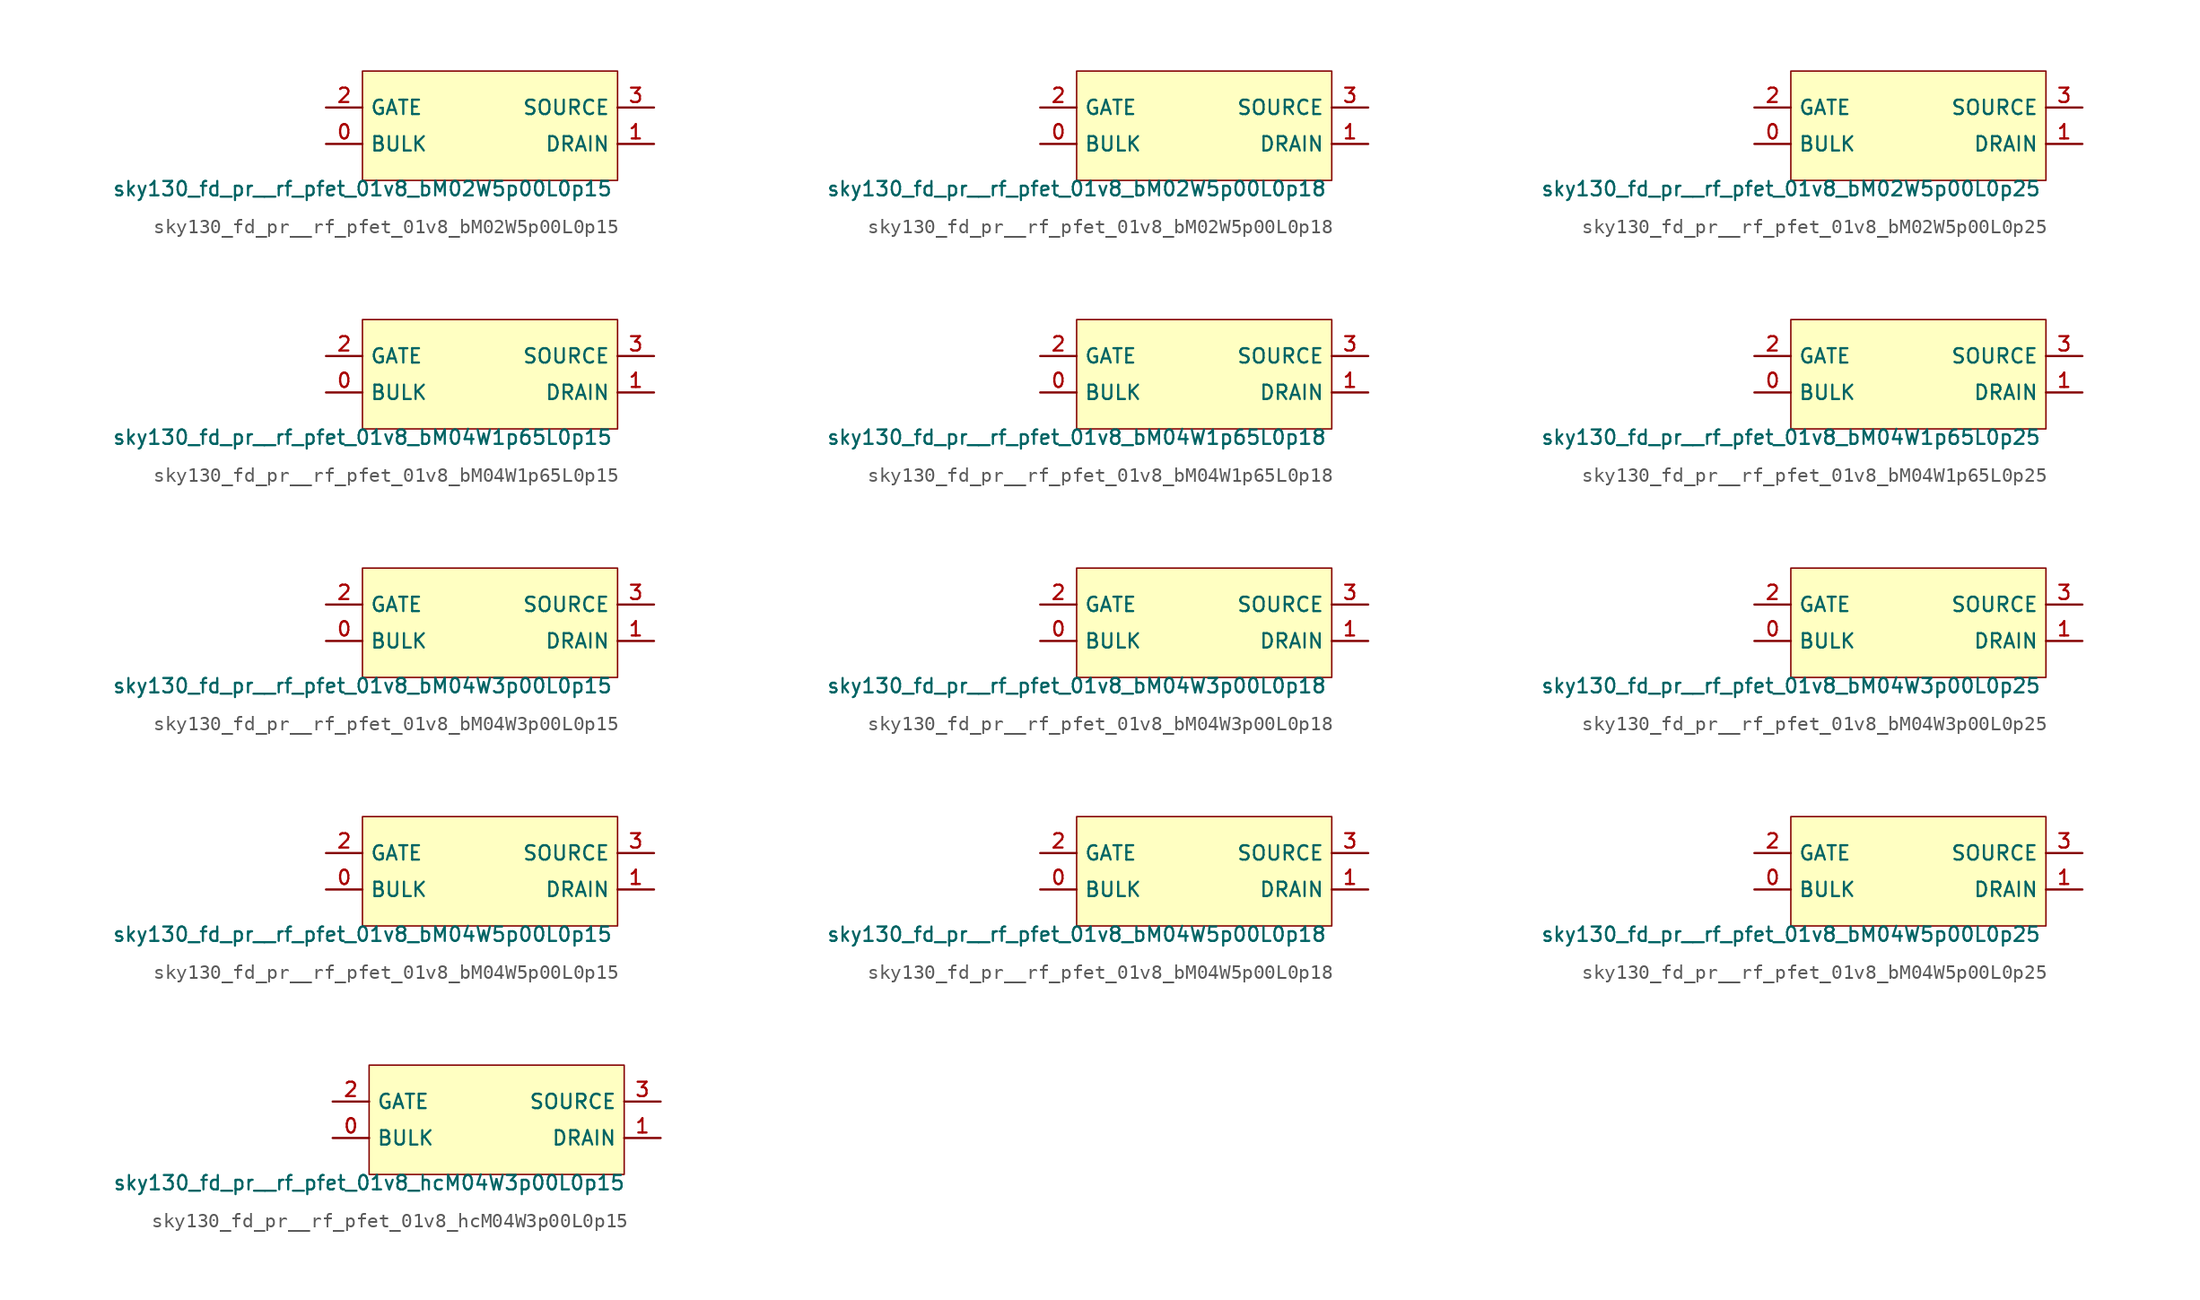
<source format=kicad_sym>
(kicad_symbol_lib
  (version 20211014)
  (generator lef2kicad_sym)
  (symbol "sky130_fd_pr__rf_pfet_01v8_bM02W5p00L0p15"
    (property "Reference" "X"
      (at 0 0 0)
      (effects (font (size 1 1)) hide))
    (property "Value" "sky130_fd_pr__rf_pfet_01v8_bM02W5p00L0p15"
      (at -8.89 -3.81 0)
      (effects (font (size 1 1)) (justify top)))
    (rectangle
      (start -8.89 -3.81)
      (end 8.89 3.81)
      (stroke (width 0.1) (type solid) (color 0 0 0 0))
      (fill (type background)))
    (pin bidirectional line
      (at -11.43 -1.27 0)
      (length 2.54)
      (name "BULK" (effects (font (size 1 1)) hide))
      (number "0" (effects (font (size 1 1)) hide)))
    (pin bidirectional line
      (at 11.43 -1.27 180)
      (length 2.54)
      (name "DRAIN" (effects (font (size 1 1)) hide))
      (number "1" (effects (font (size 1 1)) hide)))
    (pin bidirectional line
      (at -11.43 1.27 0)
      (length 2.54)
      (name "GATE" (effects (font (size 1 1)) hide))
      (number "2" (effects (font (size 1 1)) hide)))
    (pin bidirectional line
      (at 11.43 1.27 180)
      (length 2.54)
      (name "SOURCE" (effects (font (size 1 1)) hide))
      (number "3" (effects (font (size 1 1)) hide))))
  (symbol "sky130_fd_pr__rf_pfet_01v8_bM02W5p00L0p18"
    (property "Reference" "X"
      (at 0 0 0)
      (effects (font (size 1 1)) hide))
    (property "Value" "sky130_fd_pr__rf_pfet_01v8_bM02W5p00L0p18"
      (at -8.89 -3.81 0)
      (effects (font (size 1 1)) (justify top)))
    (rectangle
      (start -8.89 -3.81)
      (end 8.89 3.81)
      (stroke (width 0.1) (type solid) (color 0 0 0 0))
      (fill (type background)))
    (pin bidirectional line
      (at -11.43 -1.27 0)
      (length 2.54)
      (name "BULK" (effects (font (size 1 1)) hide))
      (number "0" (effects (font (size 1 1)) hide)))
    (pin bidirectional line
      (at 11.43 -1.27 180)
      (length 2.54)
      (name "DRAIN" (effects (font (size 1 1)) hide))
      (number "1" (effects (font (size 1 1)) hide)))
    (pin bidirectional line
      (at -11.43 1.27 0)
      (length 2.54)
      (name "GATE" (effects (font (size 1 1)) hide))
      (number "2" (effects (font (size 1 1)) hide)))
    (pin bidirectional line
      (at 11.43 1.27 180)
      (length 2.54)
      (name "SOURCE" (effects (font (size 1 1)) hide))
      (number "3" (effects (font (size 1 1)) hide))))
  (symbol "sky130_fd_pr__rf_pfet_01v8_bM02W5p00L0p25"
    (property "Reference" "X"
      (at 0 0 0)
      (effects (font (size 1 1)) hide))
    (property "Value" "sky130_fd_pr__rf_pfet_01v8_bM02W5p00L0p25"
      (at -8.89 -3.81 0)
      (effects (font (size 1 1)) (justify top)))
    (rectangle
      (start -8.89 -3.81)
      (end 8.89 3.81)
      (stroke (width 0.1) (type solid) (color 0 0 0 0))
      (fill (type background)))
    (pin bidirectional line
      (at -11.43 -1.27 0)
      (length 2.54)
      (name "BULK" (effects (font (size 1 1)) hide))
      (number "0" (effects (font (size 1 1)) hide)))
    (pin bidirectional line
      (at 11.43 -1.27 180)
      (length 2.54)
      (name "DRAIN" (effects (font (size 1 1)) hide))
      (number "1" (effects (font (size 1 1)) hide)))
    (pin bidirectional line
      (at -11.43 1.27 0)
      (length 2.54)
      (name "GATE" (effects (font (size 1 1)) hide))
      (number "2" (effects (font (size 1 1)) hide)))
    (pin bidirectional line
      (at 11.43 1.27 180)
      (length 2.54)
      (name "SOURCE" (effects (font (size 1 1)) hide))
      (number "3" (effects (font (size 1 1)) hide))))
  (symbol "sky130_fd_pr__rf_pfet_01v8_bM04W1p65L0p15"
    (property "Reference" "X"
      (at 0 0 0)
      (effects (font (size 1 1)) hide))
    (property "Value" "sky130_fd_pr__rf_pfet_01v8_bM04W1p65L0p15"
      (at -8.89 -3.81 0)
      (effects (font (size 1 1)) (justify top)))
    (rectangle
      (start -8.89 -3.81)
      (end 8.89 3.81)
      (stroke (width 0.1) (type solid) (color 0 0 0 0))
      (fill (type background)))
    (pin bidirectional line
      (at -11.43 -1.27 0)
      (length 2.54)
      (name "BULK" (effects (font (size 1 1)) hide))
      (number "0" (effects (font (size 1 1)) hide)))
    (pin bidirectional line
      (at 11.43 -1.27 180)
      (length 2.54)
      (name "DRAIN" (effects (font (size 1 1)) hide))
      (number "1" (effects (font (size 1 1)) hide)))
    (pin bidirectional line
      (at -11.43 1.27 0)
      (length 2.54)
      (name "GATE" (effects (font (size 1 1)) hide))
      (number "2" (effects (font (size 1 1)) hide)))
    (pin bidirectional line
      (at 11.43 1.27 180)
      (length 2.54)
      (name "SOURCE" (effects (font (size 1 1)) hide))
      (number "3" (effects (font (size 1 1)) hide))))
  (symbol "sky130_fd_pr__rf_pfet_01v8_bM04W1p65L0p18"
    (property "Reference" "X"
      (at 0 0 0)
      (effects (font (size 1 1)) hide))
    (property "Value" "sky130_fd_pr__rf_pfet_01v8_bM04W1p65L0p18"
      (at -8.89 -3.81 0)
      (effects (font (size 1 1)) (justify top)))
    (rectangle
      (start -8.89 -3.81)
      (end 8.89 3.81)
      (stroke (width 0.1) (type solid) (color 0 0 0 0))
      (fill (type background)))
    (pin bidirectional line
      (at -11.43 -1.27 0)
      (length 2.54)
      (name "BULK" (effects (font (size 1 1)) hide))
      (number "0" (effects (font (size 1 1)) hide)))
    (pin bidirectional line
      (at 11.43 -1.27 180)
      (length 2.54)
      (name "DRAIN" (effects (font (size 1 1)) hide))
      (number "1" (effects (font (size 1 1)) hide)))
    (pin bidirectional line
      (at -11.43 1.27 0)
      (length 2.54)
      (name "GATE" (effects (font (size 1 1)) hide))
      (number "2" (effects (font (size 1 1)) hide)))
    (pin bidirectional line
      (at 11.43 1.27 180)
      (length 2.54)
      (name "SOURCE" (effects (font (size 1 1)) hide))
      (number "3" (effects (font (size 1 1)) hide))))
  (symbol "sky130_fd_pr__rf_pfet_01v8_bM04W1p65L0p25"
    (property "Reference" "X"
      (at 0 0 0)
      (effects (font (size 1 1)) hide))
    (property "Value" "sky130_fd_pr__rf_pfet_01v8_bM04W1p65L0p25"
      (at -8.89 -3.81 0)
      (effects (font (size 1 1)) (justify top)))
    (rectangle
      (start -8.89 -3.81)
      (end 8.89 3.81)
      (stroke (width 0.1) (type solid) (color 0 0 0 0))
      (fill (type background)))
    (pin bidirectional line
      (at -11.43 -1.27 0)
      (length 2.54)
      (name "BULK" (effects (font (size 1 1)) hide))
      (number "0" (effects (font (size 1 1)) hide)))
    (pin bidirectional line
      (at 11.43 -1.27 180)
      (length 2.54)
      (name "DRAIN" (effects (font (size 1 1)) hide))
      (number "1" (effects (font (size 1 1)) hide)))
    (pin bidirectional line
      (at -11.43 1.27 0)
      (length 2.54)
      (name "GATE" (effects (font (size 1 1)) hide))
      (number "2" (effects (font (size 1 1)) hide)))
    (pin bidirectional line
      (at 11.43 1.27 180)
      (length 2.54)
      (name "SOURCE" (effects (font (size 1 1)) hide))
      (number "3" (effects (font (size 1 1)) hide))))
  (symbol "sky130_fd_pr__rf_pfet_01v8_bM04W3p00L0p15"
    (property "Reference" "X"
      (at 0 0 0)
      (effects (font (size 1 1)) hide))
    (property "Value" "sky130_fd_pr__rf_pfet_01v8_bM04W3p00L0p15"
      (at -8.89 -3.81 0)
      (effects (font (size 1 1)) (justify top)))
    (rectangle
      (start -8.89 -3.81)
      (end 8.89 3.81)
      (stroke (width 0.1) (type solid) (color 0 0 0 0))
      (fill (type background)))
    (pin bidirectional line
      (at -11.43 -1.27 0)
      (length 2.54)
      (name "BULK" (effects (font (size 1 1)) hide))
      (number "0" (effects (font (size 1 1)) hide)))
    (pin bidirectional line
      (at 11.43 -1.27 180)
      (length 2.54)
      (name "DRAIN" (effects (font (size 1 1)) hide))
      (number "1" (effects (font (size 1 1)) hide)))
    (pin bidirectional line
      (at -11.43 1.27 0)
      (length 2.54)
      (name "GATE" (effects (font (size 1 1)) hide))
      (number "2" (effects (font (size 1 1)) hide)))
    (pin bidirectional line
      (at 11.43 1.27 180)
      (length 2.54)
      (name "SOURCE" (effects (font (size 1 1)) hide))
      (number "3" (effects (font (size 1 1)) hide))))
  (symbol "sky130_fd_pr__rf_pfet_01v8_bM04W3p00L0p18"
    (property "Reference" "X"
      (at 0 0 0)
      (effects (font (size 1 1)) hide))
    (property "Value" "sky130_fd_pr__rf_pfet_01v8_bM04W3p00L0p18"
      (at -8.89 -3.81 0)
      (effects (font (size 1 1)) (justify top)))
    (rectangle
      (start -8.89 -3.81)
      (end 8.89 3.81)
      (stroke (width 0.1) (type solid) (color 0 0 0 0))
      (fill (type background)))
    (pin bidirectional line
      (at -11.43 -1.27 0)
      (length 2.54)
      (name "BULK" (effects (font (size 1 1)) hide))
      (number "0" (effects (font (size 1 1)) hide)))
    (pin bidirectional line
      (at 11.43 -1.27 180)
      (length 2.54)
      (name "DRAIN" (effects (font (size 1 1)) hide))
      (number "1" (effects (font (size 1 1)) hide)))
    (pin bidirectional line
      (at -11.43 1.27 0)
      (length 2.54)
      (name "GATE" (effects (font (size 1 1)) hide))
      (number "2" (effects (font (size 1 1)) hide)))
    (pin bidirectional line
      (at 11.43 1.27 180)
      (length 2.54)
      (name "SOURCE" (effects (font (size 1 1)) hide))
      (number "3" (effects (font (size 1 1)) hide))))
  (symbol "sky130_fd_pr__rf_pfet_01v8_bM04W3p00L0p25"
    (property "Reference" "X"
      (at 0 0 0)
      (effects (font (size 1 1)) hide))
    (property "Value" "sky130_fd_pr__rf_pfet_01v8_bM04W3p00L0p25"
      (at -8.89 -3.81 0)
      (effects (font (size 1 1)) (justify top)))
    (rectangle
      (start -8.89 -3.81)
      (end 8.89 3.81)
      (stroke (width 0.1) (type solid) (color 0 0 0 0))
      (fill (type background)))
    (pin bidirectional line
      (at -11.43 -1.27 0)
      (length 2.54)
      (name "BULK" (effects (font (size 1 1)) hide))
      (number "0" (effects (font (size 1 1)) hide)))
    (pin bidirectional line
      (at 11.43 -1.27 180)
      (length 2.54)
      (name "DRAIN" (effects (font (size 1 1)) hide))
      (number "1" (effects (font (size 1 1)) hide)))
    (pin bidirectional line
      (at -11.43 1.27 0)
      (length 2.54)
      (name "GATE" (effects (font (size 1 1)) hide))
      (number "2" (effects (font (size 1 1)) hide)))
    (pin bidirectional line
      (at 11.43 1.27 180)
      (length 2.54)
      (name "SOURCE" (effects (font (size 1 1)) hide))
      (number "3" (effects (font (size 1 1)) hide))))
  (symbol "sky130_fd_pr__rf_pfet_01v8_bM04W5p00L0p15"
    (property "Reference" "X"
      (at 0 0 0)
      (effects (font (size 1 1)) hide))
    (property "Value" "sky130_fd_pr__rf_pfet_01v8_bM04W5p00L0p15"
      (at -8.89 -3.81 0)
      (effects (font (size 1 1)) (justify top)))
    (rectangle
      (start -8.89 -3.81)
      (end 8.89 3.81)
      (stroke (width 0.1) (type solid) (color 0 0 0 0))
      (fill (type background)))
    (pin bidirectional line
      (at -11.43 -1.27 0)
      (length 2.54)
      (name "BULK" (effects (font (size 1 1)) hide))
      (number "0" (effects (font (size 1 1)) hide)))
    (pin bidirectional line
      (at 11.43 -1.27 180)
      (length 2.54)
      (name "DRAIN" (effects (font (size 1 1)) hide))
      (number "1" (effects (font (size 1 1)) hide)))
    (pin bidirectional line
      (at -11.43 1.27 0)
      (length 2.54)
      (name "GATE" (effects (font (size 1 1)) hide))
      (number "2" (effects (font (size 1 1)) hide)))
    (pin bidirectional line
      (at 11.43 1.27 180)
      (length 2.54)
      (name "SOURCE" (effects (font (size 1 1)) hide))
      (number "3" (effects (font (size 1 1)) hide))))
  (symbol "sky130_fd_pr__rf_pfet_01v8_bM04W5p00L0p18"
    (property "Reference" "X"
      (at 0 0 0)
      (effects (font (size 1 1)) hide))
    (property "Value" "sky130_fd_pr__rf_pfet_01v8_bM04W5p00L0p18"
      (at -8.89 -3.81 0)
      (effects (font (size 1 1)) (justify top)))
    (rectangle
      (start -8.89 -3.81)
      (end 8.89 3.81)
      (stroke (width 0.1) (type solid) (color 0 0 0 0))
      (fill (type background)))
    (pin bidirectional line
      (at -11.43 -1.27 0)
      (length 2.54)
      (name "BULK" (effects (font (size 1 1)) hide))
      (number "0" (effects (font (size 1 1)) hide)))
    (pin bidirectional line
      (at 11.43 -1.27 180)
      (length 2.54)
      (name "DRAIN" (effects (font (size 1 1)) hide))
      (number "1" (effects (font (size 1 1)) hide)))
    (pin bidirectional line
      (at -11.43 1.27 0)
      (length 2.54)
      (name "GATE" (effects (font (size 1 1)) hide))
      (number "2" (effects (font (size 1 1)) hide)))
    (pin bidirectional line
      (at 11.43 1.27 180)
      (length 2.54)
      (name "SOURCE" (effects (font (size 1 1)) hide))
      (number "3" (effects (font (size 1 1)) hide))))
  (symbol "sky130_fd_pr__rf_pfet_01v8_bM04W5p00L0p25"
    (property "Reference" "X"
      (at 0 0 0)
      (effects (font (size 1 1)) hide))
    (property "Value" "sky130_fd_pr__rf_pfet_01v8_bM04W5p00L0p25"
      (at -8.89 -3.81 0)
      (effects (font (size 1 1)) (justify top)))
    (rectangle
      (start -8.89 -3.81)
      (end 8.89 3.81)
      (stroke (width 0.1) (type solid) (color 0 0 0 0))
      (fill (type background)))
    (pin bidirectional line
      (at -11.43 -1.27 0)
      (length 2.54)
      (name "BULK" (effects (font (size 1 1)) hide))
      (number "0" (effects (font (size 1 1)) hide)))
    (pin bidirectional line
      (at 11.43 -1.27 180)
      (length 2.54)
      (name "DRAIN" (effects (font (size 1 1)) hide))
      (number "1" (effects (font (size 1 1)) hide)))
    (pin bidirectional line
      (at -11.43 1.27 0)
      (length 2.54)
      (name "GATE" (effects (font (size 1 1)) hide))
      (number "2" (effects (font (size 1 1)) hide)))
    (pin bidirectional line
      (at 11.43 1.27 180)
      (length 2.54)
      (name "SOURCE" (effects (font (size 1 1)) hide))
      (number "3" (effects (font (size 1 1)) hide))))
  (symbol "sky130_fd_pr__rf_pfet_01v8_hcM04W3p00L0p15"
    (property "Reference" "X"
      (at 0 0 0)
      (effects (font (size 1 1)) hide))
    (property "Value" "sky130_fd_pr__rf_pfet_01v8_hcM04W3p00L0p15"
      (at -8.89 -3.81 0)
      (effects (font (size 1 1)) (justify top)))
    (rectangle
      (start -8.89 -3.81)
      (end 8.89 3.81)
      (stroke (width 0.1) (type solid) (color 0 0 0 0))
      (fill (type background)))
    (pin bidirectional line
      (at -11.43 -1.27 0)
      (length 2.54)
      (name "BULK" (effects (font (size 1 1)) hide))
      (number "0" (effects (font (size 1 1)) hide)))
    (pin bidirectional line
      (at 11.43 -1.27 180)
      (length 2.54)
      (name "DRAIN" (effects (font (size 1 1)) hide))
      (number "1" (effects (font (size 1 1)) hide)))
    (pin bidirectional line
      (at -11.43 1.27 0)
      (length 2.54)
      (name "GATE" (effects (font (size 1 1)) hide))
      (number "2" (effects (font (size 1 1)) hide)))
    (pin bidirectional line
      (at 11.43 1.27 180)
      (length 2.54)
      (name "SOURCE" (effects (font (size 1 1)) hide))
      (number "3" (effects (font (size 1 1)) hide)))))
</source>
